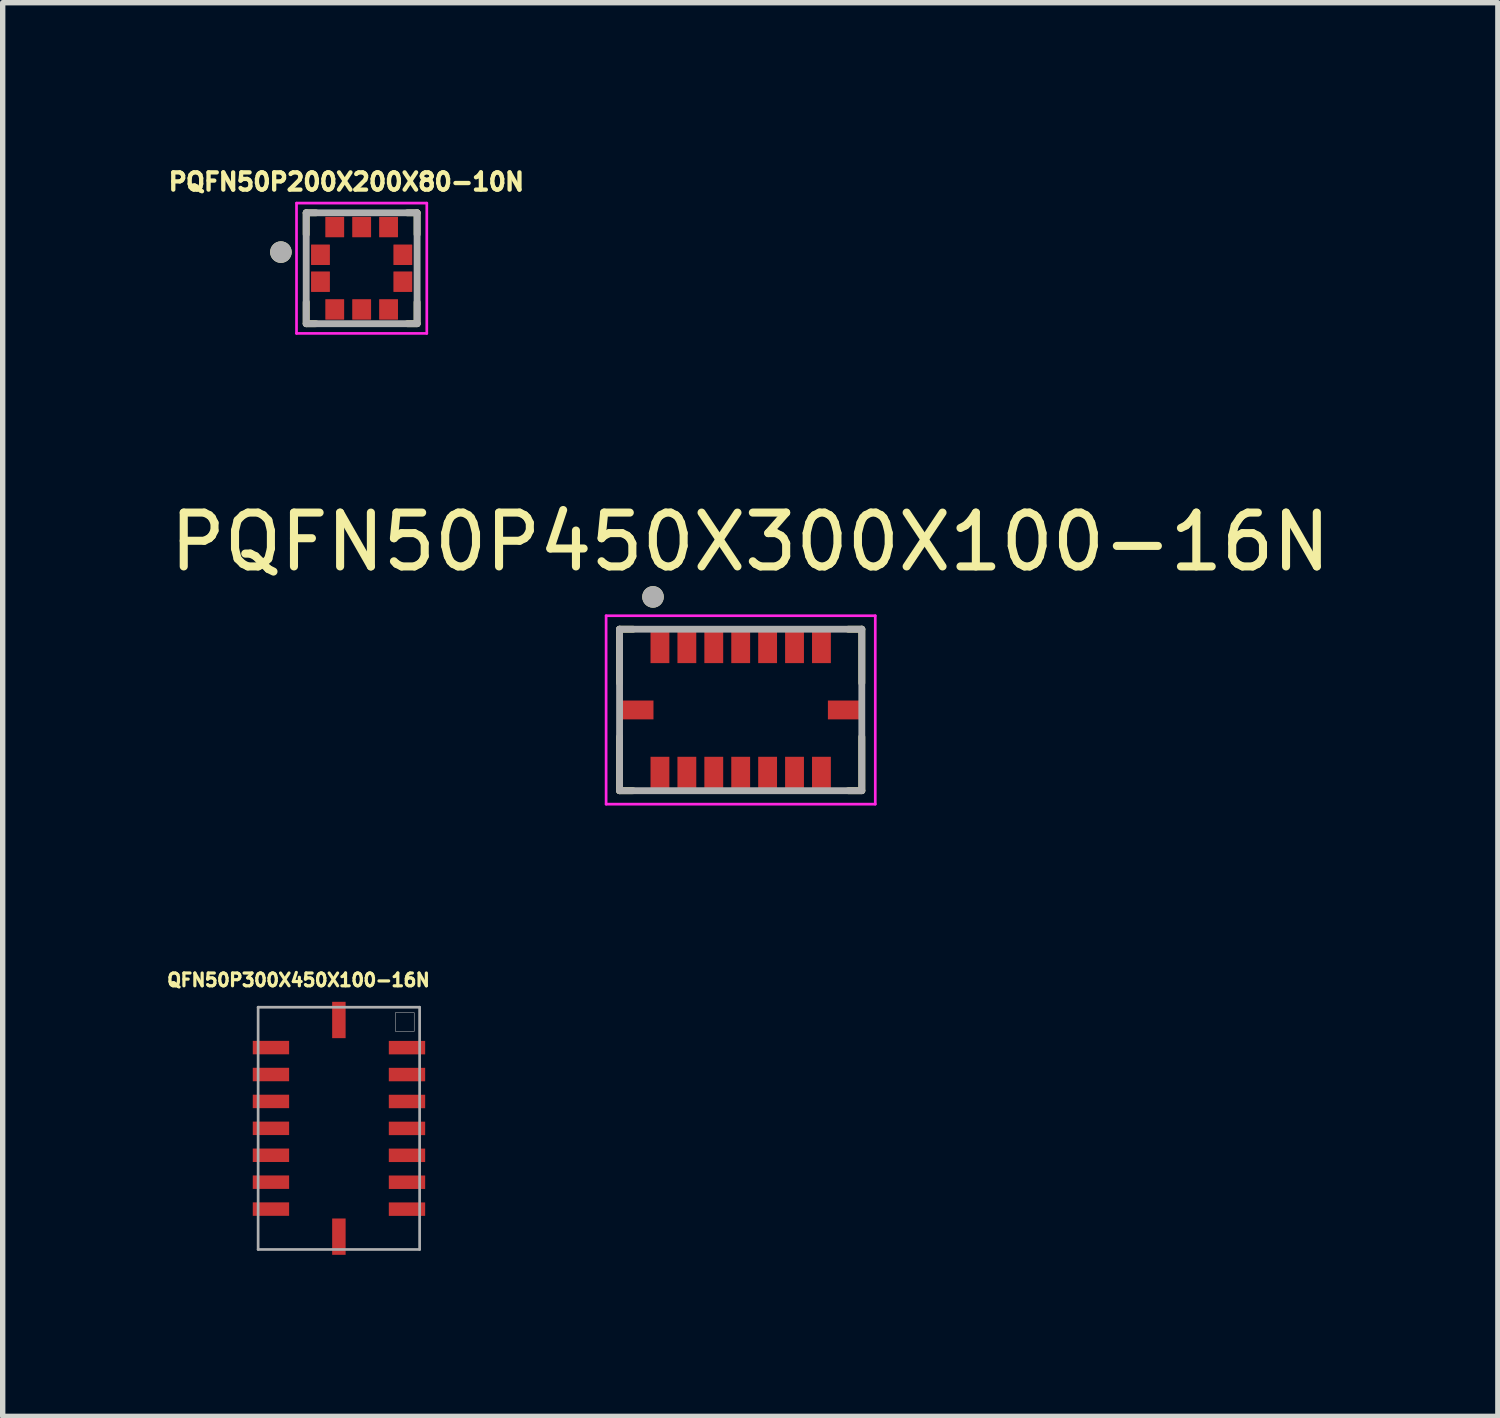
<source format=kicad_pcb>
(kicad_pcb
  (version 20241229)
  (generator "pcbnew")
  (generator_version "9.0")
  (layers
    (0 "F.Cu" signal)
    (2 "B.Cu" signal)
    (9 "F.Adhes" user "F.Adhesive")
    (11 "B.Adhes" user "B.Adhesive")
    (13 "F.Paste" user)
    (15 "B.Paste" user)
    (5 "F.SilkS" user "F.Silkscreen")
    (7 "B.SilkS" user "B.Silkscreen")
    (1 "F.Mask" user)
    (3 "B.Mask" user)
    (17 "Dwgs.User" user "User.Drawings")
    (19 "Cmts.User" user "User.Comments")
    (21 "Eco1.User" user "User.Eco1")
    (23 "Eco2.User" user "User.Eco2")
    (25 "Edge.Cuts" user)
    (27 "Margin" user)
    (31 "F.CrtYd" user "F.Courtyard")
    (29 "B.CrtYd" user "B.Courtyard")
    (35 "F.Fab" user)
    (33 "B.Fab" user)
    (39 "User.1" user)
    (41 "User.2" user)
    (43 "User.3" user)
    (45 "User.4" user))
  (footprint "PQFN50P200X200X80-10N"
    (layer "F.Cu")
    (at 3.668 1.933)
    (property "Reference" "PQFN50P200X200X80-10N" (at -0.284 -1.605 0) (layer "F.SilkS") (effects (font (size 0.32 0.32) (thickness 0.15))))
    (attr through_hole)
    (fp_line (start -1.03 -1.03) (end -0.85 -1.03) (stroke (width 0.127) (type solid)) (layer "F.SilkS"))
    (fp_line (start -1.03 -0.63) (end -1.03 -1.03) (stroke (width 0.127) (type solid)) (layer "F.SilkS"))
    (fp_line (start -1.03 1.03) (end -1.03 0.63) (stroke (width 0.127) (type solid)) (layer "F.SilkS"))
    (fp_line (start -0.85 1.03) (end -1.03 1.03) (stroke (width 0.127) (type solid)) (layer "F.SilkS"))
    (fp_line (start 0.85 -1.03) (end 1.03 -1.03) (stroke (width 0.127) (type solid)) (layer "F.SilkS"))
    (fp_line (start 0.85 1.03) (end 1.03 1.03) (stroke (width 0.127) (type solid)) (layer "F.SilkS"))
    (fp_line (start 1.03 -1.03) (end 1.03 -0.63) (stroke (width 0.127) (type solid)) (layer "F.SilkS"))
    (fp_line (start 1.03 1.03) (end 1.03 0.63) (stroke (width 0.127) (type solid)) (layer "F.SilkS"))
    (fp_circle (center -1.5 -0.3) (end -1.4 -0.3) (stroke (width 0.2) (type solid)) (fill no) (layer "F.SilkS"))
    (fp_line (start -1.21 -1.21) (end 1.21 -1.21) (stroke (width 0.05) (type solid)) (layer "F.CrtYd"))
    (fp_line (start -1.21 1.21) (end -1.21 -1.21) (stroke (width 0.05) (type solid)) (layer "F.CrtYd"))
    (fp_line (start 1.21 -1.21) (end 1.21 1.21) (stroke (width 0.05) (type solid)) (layer "F.CrtYd"))
    (fp_line (start 1.21 1.21) (end -1.21 1.21) (stroke (width 0.05) (type solid)) (layer "F.CrtYd"))
    (fp_line (start -1.03 -1.03) (end 1.03 -1.03) (stroke (width 0.127) (type solid)) (layer "F.Fab"))
    (fp_line (start -1.03 1.03) (end -1.03 -1.03) (stroke (width 0.127) (type solid)) (layer "F.Fab"))
    (fp_line (start 1.03 -1.03) (end 1.03 1.03) (stroke (width 0.127) (type solid)) (layer "F.Fab"))
    (fp_line (start 1.03 1.03) (end -1.03 1.03) (stroke (width 0.127) (type solid)) (layer "F.Fab"))
    (fp_circle (center -1.5 -0.3) (end -1.4 -0.3) (stroke (width 0.2) (type solid)) (fill no) (layer "F.Fab"))
    (pad "1" smd roundrect (at -0.765 -0.25 90) (size 0.38 0.35) (layers "F.Cu" "F.Mask" "F.Paste") (roundrect_rratio 0.02))
    (pad "2" smd roundrect (at -0.765 0.25 90) (size 0.38 0.35) (layers "F.Cu" "F.Mask" "F.Paste") (roundrect_rratio 0.02))
    (pad "3" smd roundrect (at -0.5 0.765 90) (size 0.38 0.35) (layers "F.Cu" "F.Mask" "F.Paste") (roundrect_rratio 0.02))
    (pad "4" smd roundrect (at 0 0.765 90) (size 0.38 0.35) (layers "F.Cu" "F.Mask" "F.Paste") (roundrect_rratio 0.02))
    (pad "5" smd roundrect (at 0.5 0.765 90) (size 0.38 0.35) (layers "F.Cu" "F.Mask" "F.Paste") (roundrect_rratio 0.02))
    (pad "6" smd roundrect (at 0.765 0.25 90) (size 0.38 0.35) (layers "F.Cu" "F.Mask" "F.Paste") (roundrect_rratio 0.02))
    (pad "7" smd roundrect (at 0.765 -0.25 90) (size 0.38 0.35) (layers "F.Cu" "F.Mask" "F.Paste") (roundrect_rratio 0.02))
    (pad "8" smd roundrect (at 0.5 -0.765 90) (size 0.38 0.35) (layers "F.Cu" "F.Mask" "F.Paste") (roundrect_rratio 0.02))
    (pad "9" smd roundrect (at 0 -0.765 90) (size 0.38 0.35) (layers "F.Cu" "F.Mask" "F.Paste") (roundrect_rratio 0.02))
    (pad "10" smd roundrect (at -0.5 -0.765 90) (size 0.38 0.35) (layers "F.Cu" "F.Mask" "F.Paste") (roundrect_rratio 0.02)))
  (footprint "PQFN50P450X300X100-16N"
    (layer "F.Cu")
    (at 10.709 10.138)
    (property "Reference" "PQFN50P450X300X100-16N" (at 0.178 -3.121 0) (layer "F.SilkS") (effects (font (size 1 1) (thickness 0.15))))
    (attr through_hole)
    (fp_line (start -2.25 -1.5) (end -2 -1.5) (stroke (width 0.127) (type solid)) (layer "F.SilkS"))
    (fp_line (start -2.25 -0.5) (end -2.25 -1.5) (stroke (width 0.127) (type solid)) (layer "F.SilkS"))
    (fp_line (start -2.25 1.5) (end -2.25 0.5) (stroke (width 0.127) (type solid)) (layer "F.SilkS"))
    (fp_line (start -2 1.5) (end -2.25 1.5) (stroke (width 0.127) (type solid)) (layer "F.SilkS"))
    (fp_line (start 2.25 -1.5) (end 2 -1.5) (stroke (width 0.127) (type solid)) (layer "F.SilkS"))
    (fp_line (start 2.25 -0.5) (end 2.25 -1.5) (stroke (width 0.127) (type solid)) (layer "F.SilkS"))
    (fp_line (start 2.25 0.5) (end 2.25 1.5) (stroke (width 0.127) (type solid)) (layer "F.SilkS"))
    (fp_line (start 2.25 1.5) (end 2 1.5) (stroke (width 0.127) (type solid)) (layer "F.SilkS"))
    (fp_circle (center -1.629 -2.1) (end -1.529 -2.1) (stroke (width 0.2) (type solid)) (fill no) (layer "F.SilkS"))
    (fp_line (start -2.5 -1.75) (end 2.5 -1.75) (stroke (width 0.05) (type solid)) (layer "F.CrtYd"))
    (fp_line (start -2.5 1.75) (end -2.5 -1.75) (stroke (width 0.05) (type solid)) (layer "F.CrtYd"))
    (fp_line (start 2.5 -1.75) (end 2.5 1.75) (stroke (width 0.05) (type solid)) (layer "F.CrtYd"))
    (fp_line (start 2.5 1.75) (end -2.5 1.75) (stroke (width 0.05) (type solid)) (layer "F.CrtYd"))
    (fp_line (start -2.25 -1.5) (end 2.25 -1.5) (stroke (width 0.127) (type solid)) (layer "F.Fab"))
    (fp_line (start -2.25 1.5) (end -2.25 -1.5) (stroke (width 0.127) (type solid)) (layer "F.Fab"))
    (fp_line (start 2.25 -1.5) (end 2.25 1.5) (stroke (width 0.127) (type solid)) (layer "F.Fab"))
    (fp_line (start 2.25 1.5) (end -2.25 1.5) (stroke (width 0.127) (type solid)) (layer "F.Fab"))
    (fp_circle (center -1.629 -2.1) (end -1.529 -2.1) (stroke (width 0.2) (type solid)) (fill no) (layer "F.Fab"))
    (pad "1" smd rect (at -1.5 -1.165 270) (size 0.59 0.35) (layers "F.Cu" "F.Mask" "F.Paste"))
    (pad "2" smd rect (at -1 -1.165 270) (size 0.59 0.35) (layers "F.Cu" "F.Mask" "F.Paste"))
    (pad "3" smd rect (at -0.5 -1.165 270) (size 0.59 0.35) (layers "F.Cu" "F.Mask" "F.Paste"))
    (pad "4" smd rect (at 0 -1.165 270) (size 0.59 0.35) (layers "F.Cu" "F.Mask" "F.Paste"))
    (pad "5" smd rect (at 0.5 -1.165 270) (size 0.59 0.35) (layers "F.Cu" "F.Mask" "F.Paste"))
    (pad "6" smd rect (at 1 -1.165 270) (size 0.59 0.35) (layers "F.Cu" "F.Mask" "F.Paste"))
    (pad "7" smd rect (at 1.5 -1.165 270) (size 0.59 0.35) (layers "F.Cu" "F.Mask" "F.Paste"))
    (pad "8" smd rect (at 1.915 0 180) (size 0.59 0.35) (layers "F.Cu" "F.Mask" "F.Paste"))
    (pad "9" smd rect (at 1.5 1.165 90) (size 0.59 0.35) (layers "F.Cu" "F.Mask" "F.Paste"))
    (pad "10" smd rect (at 1 1.165 90) (size 0.59 0.35) (layers "F.Cu" "F.Mask" "F.Paste"))
    (pad "11" smd rect (at 0.5 1.165 90) (size 0.59 0.35) (layers "F.Cu" "F.Mask" "F.Paste"))
    (pad "12" smd rect (at 0 1.165 90) (size 0.59 0.35) (layers "F.Cu" "F.Mask" "F.Paste"))
    (pad "13" smd rect (at -0.5 1.165 90) (size 0.59 0.35) (layers "F.Cu" "F.Mask" "F.Paste"))
    (pad "14" smd rect (at -1 1.165 90) (size 0.59 0.35) (layers "F.Cu" "F.Mask" "F.Paste"))
    (pad "15" smd rect (at -1.5 1.165 90) (size 0.59 0.35) (layers "F.Cu" "F.Mask" "F.Paste"))
    (pad "16" smd rect (at -1.915 0) (size 0.59 0.35) (layers "F.Cu" "F.Mask" "F.Paste")))
  (footprint "QFN50P300X450X100-16N"
    (layer "F.Cu")
    (at 3.245 17.91)
    (property "Reference" "QFN50P300X450X100-16N" (at -0.751 -2.755 0) (layer "F.SilkS") (effects (font (size 0.237 0.237) (thickness 0.15))))
    (attr through_hole)
    (fp_line (start -1.5 -2.25) (end -1.5 2.25) (stroke (width 0.05) (type solid)) (layer "F.Fab"))
    (fp_line (start -1.5 2.25) (end 1.5 2.25) (stroke (width 0.05) (type solid)) (layer "F.Fab"))
    (fp_line (start 1.5 -2.25) (end -1.5 -2.25) (stroke (width 0.05) (type solid)) (layer "F.Fab"))
    (fp_line (start 1.5 2.25) (end 1.5 -2.25) (stroke (width 0.05) (type solid)) (layer "F.Fab"))
    (fp_poly (pts (xy 1.05 -2.15) (xy 1.4 -2.15) (xy 1.4 -1.801) (xy 1.05 -1.801)) (stroke (width 0.01) (type solid)) (fill no) (layer "F.Fab"))
    (pad "1" smd rect (at 1.265 -1.499) (size 0.675 0.25) (layers "F.Cu" "F.Mask" "F.Paste"))
    (pad "2" smd rect (at 1.265 -0.999) (size 0.675 0.25) (layers "F.Cu" "F.Mask" "F.Paste"))
    (pad "3" smd rect (at 1.265 -0.499) (size 0.675 0.25) (layers "F.Cu" "F.Mask" "F.Paste"))
    (pad "4" smd rect (at 1.265 0.001) (size 0.675 0.25) (layers "F.Cu" "F.Mask" "F.Paste"))
    (pad "5" smd rect (at 1.265 0.501) (size 0.675 0.25) (layers "F.Cu" "F.Mask" "F.Paste"))
    (pad "6" smd rect (at 1.265 1.001) (size 0.675 0.25) (layers "F.Cu" "F.Mask" "F.Paste"))
    (pad "7" smd rect (at 1.265 1.501) (size 0.675 0.25) (layers "F.Cu" "F.Mask" "F.Paste"))
    (pad "8" smd rect (at 0.000228 2.012 90) (size 0.675 0.25) (layers "F.Cu" "F.Mask" "F.Paste"))
    (pad "9" smd rect (at -1.262 1.5 180) (size 0.675 0.25) (layers "F.Cu" "F.Mask" "F.Paste"))
    (pad "10" smd rect (at -1.262 1 180) (size 0.675 0.25) (layers "F.Cu" "F.Mask" "F.Paste"))
    (pad "11" smd rect (at -1.262 0.5 180) (size 0.675 0.25) (layers "F.Cu" "F.Mask" "F.Paste"))
    (pad "12" smd rect (at -1.262 -0.000159 180) (size 0.675 0.25) (layers "F.Cu" "F.Mask" "F.Paste"))
    (pad "13" smd rect (at -1.262 -0.5 180) (size 0.675 0.25) (layers "F.Cu" "F.Mask" "F.Paste"))
    (pad "14" smd rect (at -1.262 -1 180) (size 0.675 0.25) (layers "F.Cu" "F.Mask" "F.Paste"))
    (pad "15" smd rect (at -1.262 -1.5 180) (size 0.675 0.25) (layers "F.Cu" "F.Mask" "F.Paste"))
    (pad "16" smd rect (at 0.000128 -2.013 90) (size 0.675 0.25) (layers "F.Cu" "F.Mask" "F.Paste")))
  (gr_rect
    (start -3 -3)
    (end 24.774 23.26)
    (stroke (width 0.1) (type default))
    (fill no)
    (layer "Edge.Cuts")))
</source>
